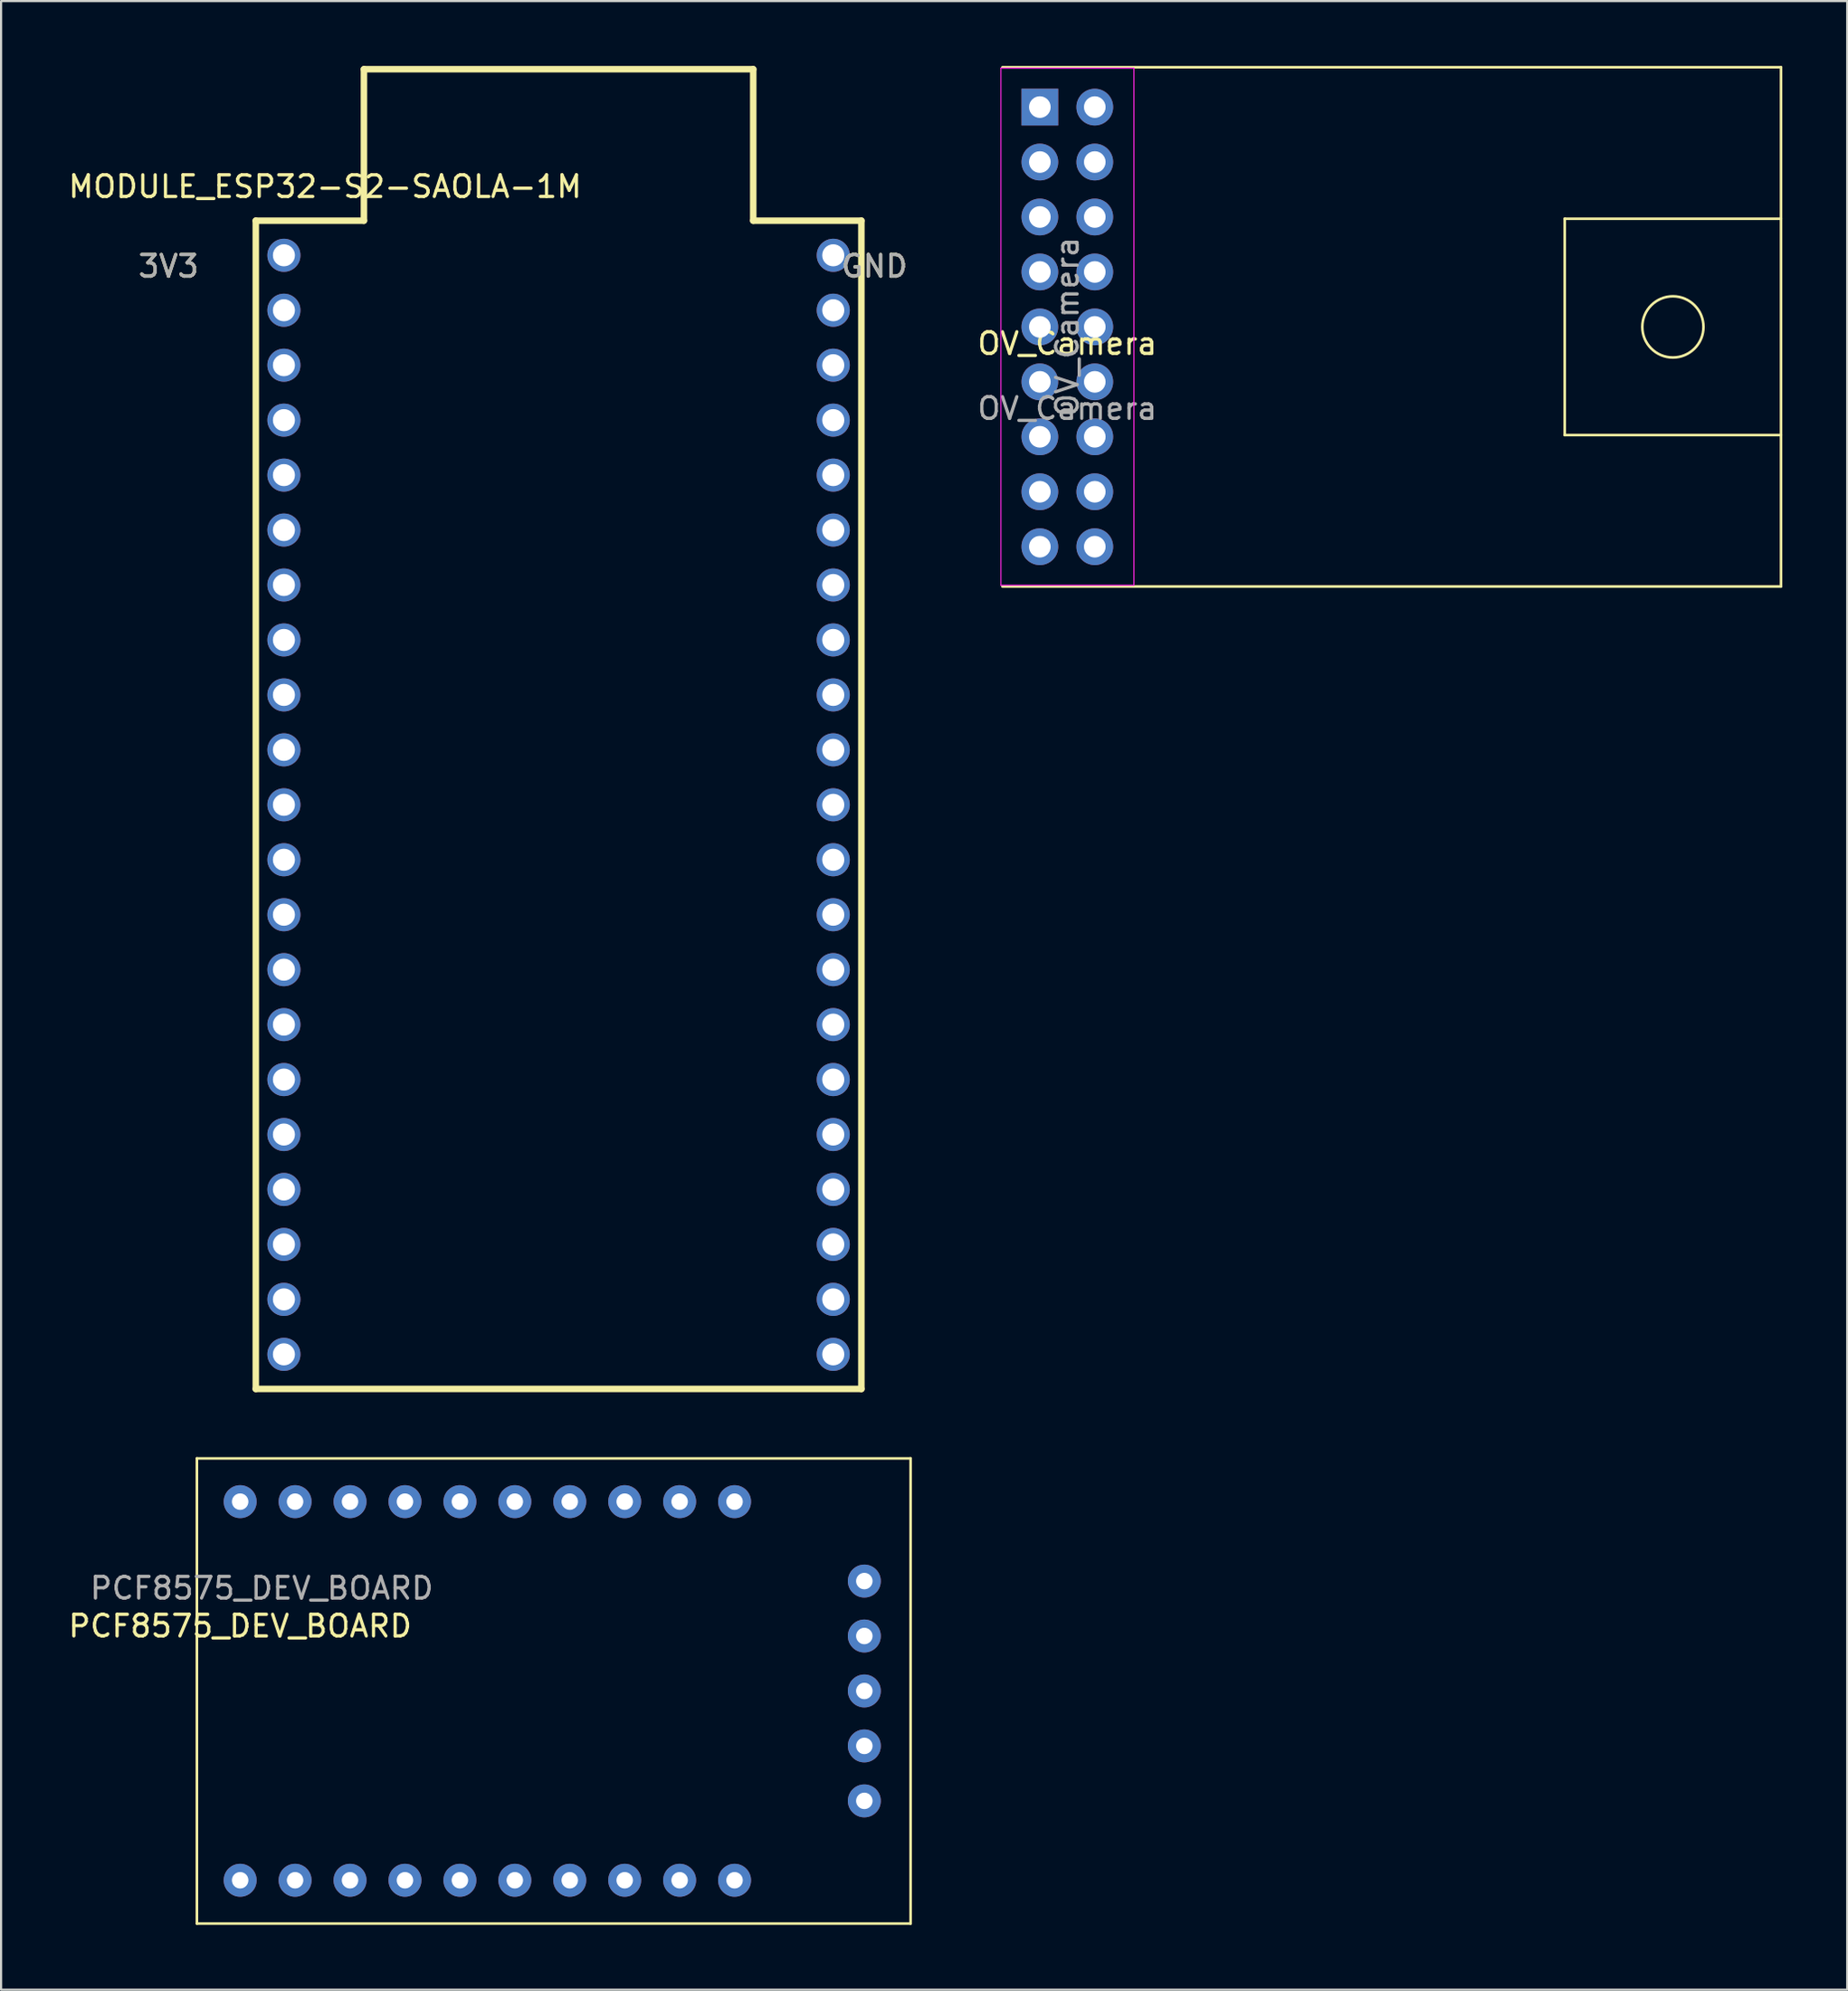
<source format=kicad_pcb>
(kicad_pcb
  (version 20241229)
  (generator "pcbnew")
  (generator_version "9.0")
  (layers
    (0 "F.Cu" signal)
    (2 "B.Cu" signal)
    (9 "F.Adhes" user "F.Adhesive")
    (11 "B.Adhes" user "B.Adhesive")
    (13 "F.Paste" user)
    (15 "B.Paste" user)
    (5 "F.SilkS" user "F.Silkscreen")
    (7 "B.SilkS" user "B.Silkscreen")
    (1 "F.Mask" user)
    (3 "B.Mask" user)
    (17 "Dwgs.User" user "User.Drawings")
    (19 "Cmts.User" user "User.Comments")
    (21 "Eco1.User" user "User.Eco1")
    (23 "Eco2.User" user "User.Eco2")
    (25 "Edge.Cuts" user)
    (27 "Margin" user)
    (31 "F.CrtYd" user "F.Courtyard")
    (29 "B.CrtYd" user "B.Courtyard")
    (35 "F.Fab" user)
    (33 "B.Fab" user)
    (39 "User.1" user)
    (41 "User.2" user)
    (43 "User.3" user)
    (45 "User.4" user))
  (footprint "PCF8575_DEV_BOARD"
    (layer "F.Cu")
    (at 8.054 75.11)
    (property "Reference" "PCF8575_DEV_BOARD" (at 0 -3 0) (unlocked yes) (layer "F.SilkS") (effects (font (size 1 1) (thickness 0.15))))
    (attr through_hole)
    (fp_line (start -2 -10.75) (end -2 10.75) (stroke (width 0.12) (type solid)) (layer "F.SilkS"))
    (fp_line (start -2 10.75) (end 31 10.75) (stroke (width 0.12) (type solid)) (layer "F.SilkS"))
    (fp_line (start 31 -10.75) (end -2 -10.75) (stroke (width 0.12) (type solid)) (layer "F.SilkS"))
    (fp_line (start 31 10.75) (end 31 -10.75) (stroke (width 0.12) (type solid)) (layer "F.SilkS"))
    (fp_text user "${REFERENCE}" (at 1 -4.75 0) (unlocked yes) (layer "F.Fab") (effects (font (size 1 1) (thickness 0.15))))
    (pad "1" thru_hole circle (at 0 8.75) (size 1.524 1.524) (drill 0.762) (layers "*.Cu" "*.Mask"))
    (pad "2" thru_hole circle (at 2.54 8.75) (size 1.524 1.524) (drill 0.762) (layers "*.Cu" "*.Mask"))
    (pad "3" thru_hole circle (at 5.08 8.75) (size 1.524 1.524) (drill 0.762) (layers "*.Cu" "*.Mask"))
    (pad "4" thru_hole circle (at 7.62 8.75) (size 1.524 1.524) (drill 0.762) (layers "*.Cu" "*.Mask"))
    (pad "5" thru_hole circle (at 10.16 8.75) (size 1.524 1.524) (drill 0.762) (layers "*.Cu" "*.Mask"))
    (pad "6" thru_hole circle (at 12.7 8.75) (size 1.524 1.524) (drill 0.762) (layers "*.Cu" "*.Mask"))
    (pad "7" thru_hole circle (at 15.24 8.75) (size 1.524 1.524) (drill 0.762) (layers "*.Cu" "*.Mask"))
    (pad "8" thru_hole circle (at 17.78 8.75) (size 1.524 1.524) (drill 0.762) (layers "*.Cu" "*.Mask"))
    (pad "9" thru_hole circle (at 20.32 8.75) (size 1.524 1.524) (drill 0.762) (layers "*.Cu" "*.Mask"))
    (pad "10" thru_hole circle (at 22.86 8.75) (size 1.524 1.524) (drill 0.762) (layers "*.Cu" "*.Mask"))
    (pad "11" thru_hole circle (at 28.86 5.08) (size 1.524 1.524) (drill 0.762) (layers "*.Cu" "*.Mask"))
    (pad "12" thru_hole circle (at 28.86 2.54) (size 1.524 1.524) (drill 0.762) (layers "*.Cu" "*.Mask"))
    (pad "13" thru_hole circle (at 28.86 0) (size 1.524 1.524) (drill 0.762) (layers "*.Cu" "*.Mask"))
    (pad "14" thru_hole circle (at 28.86 -2.54) (size 1.524 1.524) (drill 0.762) (layers "*.Cu" "*.Mask"))
    (pad "15" thru_hole circle (at 28.86 -5.08) (size 1.524 1.524) (drill 0.762) (layers "*.Cu" "*.Mask"))
    (pad "16" thru_hole circle (at 22.86 -8.75) (size 1.524 1.524) (drill 0.762) (layers "*.Cu" "*.Mask"))
    (pad "17" thru_hole circle (at 20.32 -8.75) (size 1.524 1.524) (drill 0.762) (layers "*.Cu" "*.Mask"))
    (pad "18" thru_hole circle (at 17.78 -8.75) (size 1.524 1.524) (drill 0.762) (layers "*.Cu" "*.Mask"))
    (pad "19" thru_hole circle (at 15.24 -8.75) (size 1.524 1.524) (drill 0.762) (layers "*.Cu" "*.Mask"))
    (pad "20" thru_hole circle (at 12.7 -8.75) (size 1.524 1.524) (drill 0.762) (layers "*.Cu" "*.Mask"))
    (pad "21" thru_hole circle (at 10.16 -8.75) (size 1.524 1.524) (drill 0.762) (layers "*.Cu" "*.Mask"))
    (pad "22" thru_hole circle (at 7.62 -8.75) (size 1.524 1.524) (drill 0.762) (layers "*.Cu" "*.Mask"))
    (pad "23" thru_hole circle (at 5.08 -8.75) (size 1.524 1.524) (drill 0.762) (layers "*.Cu" "*.Mask"))
    (pad "24" thru_hole circle (at 2.54 -8.75) (size 1.524 1.524) (drill 0.762) (layers "*.Cu" "*.Mask"))
    (pad "25" thru_hole circle (at 0 -8.75) (size 1.524 1.524) (drill 0.762) (layers "*.Cu" "*.Mask")))
  (footprint "OV_Camera"
    (layer "F.Cu")
    (at 46.299 12.06)
    (property "Reference" "OV_Camera" (at 0 0.77 0) (unlocked yes) (layer "F.SilkS") (effects (font (size 1 1) (thickness 0.15))))
    (attr through_hole)
    (fp_line (start -3 -12) (end 33 -12) (stroke (width 0.12) (type solid)) (layer "F.SilkS"))
    (fp_line (start -3 12) (end 33 12) (stroke (width 0.12) (type solid)) (layer "F.SilkS"))
    (fp_line (start 23 -5) (end 23 5) (stroke (width 0.12) (type solid)) (layer "F.SilkS"))
    (fp_line (start 23 5) (end 33 5) (stroke (width 0.12) (type solid)) (layer "F.SilkS"))
    (fp_line (start 33 -5) (end 23 -5) (stroke (width 0.12) (type solid)) (layer "F.SilkS"))
    (fp_line (start 33 12) (end 33 -12) (stroke (width 0.12) (type solid)) (layer "F.SilkS"))
    (fp_circle (center 28 0) (end 29 -1) (stroke (width 0.12) (type solid)) (fill no) (layer "F.SilkS"))
    (fp_line (start -3.07 -11.96) (end -3.07 11.94) (stroke (width 0.05) (type solid)) (layer "F.CrtYd"))
    (fp_line (start -3.07 11.94) (end 3.08 11.94) (stroke (width 0.05) (type solid)) (layer "F.CrtYd"))
    (fp_line (start 3.08 -11.96) (end -3.07 -11.96) (stroke (width 0.05) (type solid)) (layer "F.CrtYd"))
    (fp_line (start 3.08 11.94) (end 3.08 -11.96) (stroke (width 0.05) (type solid)) (layer "F.CrtYd"))
    (fp_text user "${REFERENCE}" (at 0 0 90) (layer "F.Fab") (effects (font (size 1 1) (thickness 0.15))))
    (fp_text user "${REFERENCE}" (at 0 3.77 0) (unlocked yes) (layer "F.Fab") (effects (font (size 1 1) (thickness 0.15))))
    (pad "1" thru_hole rect (at -1.27 -10.16) (size 1.7 1.7) (drill 1) (layers "*.Cu" "*.Mask"))
    (pad "2" thru_hole oval (at 1.27 -10.16) (size 1.7 1.7) (drill 1) (layers "*.Cu" "*.Mask"))
    (pad "3" thru_hole oval (at -1.27 -7.62) (size 1.7 1.7) (drill 1) (layers "*.Cu" "*.Mask"))
    (pad "4" thru_hole oval (at 1.27 -7.62) (size 1.7 1.7) (drill 1) (layers "*.Cu" "*.Mask"))
    (pad "5" thru_hole oval (at -1.27 -5.08) (size 1.7 1.7) (drill 1) (layers "*.Cu" "*.Mask"))
    (pad "6" thru_hole oval (at 1.27 -5.08) (size 1.7 1.7) (drill 1) (layers "*.Cu" "*.Mask"))
    (pad "7" thru_hole oval (at -1.27 -2.54) (size 1.7 1.7) (drill 1) (layers "*.Cu" "*.Mask"))
    (pad "8" thru_hole oval (at 1.27 -2.54) (size 1.7 1.7) (drill 1) (layers "*.Cu" "*.Mask"))
    (pad "9" thru_hole oval (at -1.27 0) (size 1.7 1.7) (drill 1) (layers "*.Cu" "*.Mask"))
    (pad "10" thru_hole oval (at 1.27 0) (size 1.7 1.7) (drill 1) (layers "*.Cu" "*.Mask"))
    (pad "11" thru_hole oval (at -1.27 2.54) (size 1.7 1.7) (drill 1) (layers "*.Cu" "*.Mask"))
    (pad "12" thru_hole oval (at 1.27 2.54) (size 1.7 1.7) (drill 1) (layers "*.Cu" "*.Mask"))
    (pad "13" thru_hole oval (at -1.27 5.08) (size 1.7 1.7) (drill 1) (layers "*.Cu" "*.Mask"))
    (pad "14" thru_hole oval (at 1.27 5.08) (size 1.7 1.7) (drill 1) (layers "*.Cu" "*.Mask"))
    (pad "15" thru_hole oval (at -1.27 7.62) (size 1.7 1.7) (drill 1) (layers "*.Cu" "*.Mask"))
    (pad "16" thru_hole oval (at 1.27 7.62) (size 1.7 1.7) (drill 1) (layers "*.Cu" "*.Mask"))
    (pad "17" thru_hole oval (at -1.27 10.16) (size 1.7 1.7) (drill 1) (layers "*.Cu" "*.Mask"))
    (pad "18" thru_hole oval (at 1.27 10.16) (size 1.7 1.7) (drill 1) (layers "*.Cu" "*.Mask")))
  (footprint "MODULE_ESP32-S2-SAOLA-1M"
    (layer "F.Cu")
    (at 22.777 34.15)
    (property "Reference" "MODULE_ESP32-S2-SAOLA-1M" (at -10.795 -28.575 0) (layer "F.SilkS") (effects (font (size 1 1) (thickness 0.15))))
    (attr through_hole)
    (fp_line (start -14 -27) (end -9 -27) (stroke (width 0.3) (type solid)) (layer "F.SilkS"))
    (fp_line (start -14 27) (end -14 -27) (stroke (width 0.3) (type solid)) (layer "F.SilkS"))
    (fp_line (start -9 -27) (end -9 -34) (stroke (width 0.3) (type solid)) (layer "F.SilkS"))
    (fp_line (start 9 -34) (end -9 -34) (stroke (width 0.3) (type solid)) (layer "F.SilkS"))
    (fp_line (start 9 -27) (end 9 -34) (stroke (width 0.3) (type solid)) (layer "F.SilkS"))
    (fp_line (start 14 -27) (end 9 -27) (stroke (width 0.3) (type solid)) (layer "F.SilkS"))
    (fp_line (start 14 -27) (end 14 27) (stroke (width 0.3) (type solid)) (layer "F.SilkS"))
    (fp_line (start 14 27) (end -14 27) (stroke (width 0.3) (type solid)) (layer "F.SilkS"))
    (fp_text user "3V3" (at -18.034 -24.892 0) (layer "F.SilkS") (effects (font (size 1 1) (thickness 0.15))))
    (fp_text user "GND" (at 14.605 -24.892 0) (layer "F.SilkS") (effects (font (size 1 1) (thickness 0.15))))
    (fp_text user "GND" (at 14.605 -24.892 0) (layer "F.Fab") (effects (font (size 1 1) (thickness 0.15))))
    (fp_text user "3V3" (at -18.034 -24.892 0) (layer "F.Fab") (effects (font (size 1 1) (thickness 0.15))))
    (pad "0" thru_hole circle (at -12.7 -22.86) (size 1.53 1.53) (drill 1.02) (layers "*.Cu" "*.Mask"))
    (pad "1" thru_hole circle (at -12.7 -20.32) (size 1.53 1.53) (drill 1.02) (layers "*.Cu" "*.Mask"))
    (pad "2" thru_hole circle (at -12.7 -17.78) (size 1.53 1.53) (drill 1.02) (layers "*.Cu" "*.Mask"))
    (pad "3" thru_hole circle (at -12.7 -15.24) (size 1.53 1.53) (drill 1.02) (layers "*.Cu" "*.Mask"))
    (pad "3V3" thru_hole circle (at -12.7 -25.4) (size 1.53 1.53) (drill 1.02) (layers "*.Cu" "*.Mask"))
    (pad "4" thru_hole circle (at -12.7 -12.7) (size 1.53 1.53) (drill 1.02) (layers "*.Cu" "*.Mask"))
    (pad "5" thru_hole circle (at -12.7 -10.16) (size 1.53 1.53) (drill 1.02) (layers "*.Cu" "*.Mask"))
    (pad "5V" thru_hole circle (at -12.7 22.86) (size 1.53 1.53) (drill 1.02) (layers "*.Cu" "*.Mask"))
    (pad "6" thru_hole circle (at -12.7 -7.62) (size 1.53 1.53) (drill 1.02) (layers "*.Cu" "*.Mask"))
    (pad "7" thru_hole circle (at -12.7 -5.08) (size 1.53 1.53) (drill 1.02) (layers "*.Cu" "*.Mask"))
    (pad "8" thru_hole circle (at -12.7 -2.54) (size 1.53 1.53) (drill 1.02) (layers "*.Cu" "*.Mask"))
    (pad "9" thru_hole circle (at -12.7 0) (size 1.53 1.53) (drill 1.02) (layers "*.Cu" "*.Mask"))
    (pad "10" thru_hole circle (at -12.7 2.54) (size 1.53 1.53) (drill 1.02) (layers "*.Cu" "*.Mask"))
    (pad "11" thru_hole circle (at -12.7 5.08) (size 1.53 1.53) (drill 1.02) (layers "*.Cu" "*.Mask"))
    (pad "12" thru_hole circle (at -12.7 7.62) (size 1.53 1.53) (drill 1.02) (layers "*.Cu" "*.Mask"))
    (pad "13" thru_hole circle (at -12.7 10.16) (size 1.53 1.53) (drill 1.02) (layers "*.Cu" "*.Mask"))
    (pad "14" thru_hole circle (at -12.7 12.7) (size 1.53 1.53) (drill 1.02) (layers "*.Cu" "*.Mask"))
    (pad "15" thru_hole circle (at -12.7 15.24) (size 1.53 1.53) (drill 1.02) (layers "*.Cu" "*.Mask"))
    (pad "16" thru_hole circle (at -12.7 17.78) (size 1.53 1.53) (drill 1.02) (layers "*.Cu" "*.Mask"))
    (pad "17" thru_hole circle (at -12.7 20.32) (size 1.53 1.53) (drill 1.02) (layers "*.Cu" "*.Mask"))
    (pad "18" thru_hole circle (at 12.7 25.4) (size 1.53 1.53) (drill 1.02) (layers "*.Cu" "*.Mask"))
    (pad "19" thru_hole circle (at 12.7 22.86) (size 1.53 1.53) (drill 1.02) (layers "*.Cu" "*.Mask"))
    (pad "20" thru_hole circle (at 12.7 20.32) (size 1.53 1.53) (drill 1.02) (layers "*.Cu" "*.Mask"))
    (pad "21" thru_hole circle (at 12.7 17.78) (size 1.53 1.53) (drill 1.02) (layers "*.Cu" "*.Mask"))
    (pad "26" thru_hole circle (at 12.7 15.24) (size 1.53 1.53) (drill 1.02) (layers "*.Cu" "*.Mask"))
    (pad "33" thru_hole circle (at 12.7 12.7) (size 1.53 1.53) (drill 1.02) (layers "*.Cu" "*.Mask"))
    (pad "34" thru_hole circle (at 12.7 10.16) (size 1.53 1.53) (drill 1.02) (layers "*.Cu" "*.Mask"))
    (pad "35" thru_hole circle (at 12.7 7.62) (size 1.53 1.53) (drill 1.02) (layers "*.Cu" "*.Mask"))
    (pad "36" thru_hole circle (at 12.7 5.08) (size 1.53 1.53) (drill 1.02) (layers "*.Cu" "*.Mask"))
    (pad "37" thru_hole circle (at 12.7 2.54) (size 1.53 1.53) (drill 1.02) (layers "*.Cu" "*.Mask"))
    (pad "38" thru_hole circle (at 12.7 0) (size 1.53 1.53) (drill 1.02) (layers "*.Cu" "*.Mask"))
    (pad "39" thru_hole circle (at 12.7 -2.54) (size 1.53 1.53) (drill 1.02) (layers "*.Cu" "*.Mask"))
    (pad "40" thru_hole circle (at 12.7 -5.08) (size 1.53 1.53) (drill 1.02) (layers "*.Cu" "*.Mask"))
    (pad "41" thru_hole circle (at 12.7 -7.62) (size 1.53 1.53) (drill 1.02) (layers "*.Cu" "*.Mask"))
    (pad "42" thru_hole circle (at 12.7 -10.16) (size 1.53 1.53) (drill 1.02) (layers "*.Cu" "*.Mask"))
    (pad "45" thru_hole circle (at 12.7 -17.78) (size 1.53 1.53) (drill 1.02) (layers "*.Cu" "*.Mask"))
    (pad "46" thru_hole circle (at 12.7 -20.32) (size 1.53 1.53) (drill 1.02) (layers "*.Cu" "*.Mask"))
    (pad "GND_1" thru_hole circle (at -12.7 25.4) (size 1.53 1.53) (drill 1.02) (layers "*.Cu" "*.Mask"))
    (pad "GND_2" thru_hole circle (at 12.7 -25.4) (size 1.53 1.53) (drill 1.02) (layers "*.Cu" "*.Mask"))
    (pad "RST" thru_hole circle (at 12.7 -22.86) (size 1.53 1.53) (drill 1.02) (layers "*.Cu" "*.Mask"))
    (pad "RX" thru_hole circle (at 12.7 -15.24) (size 1.53 1.53) (drill 1.02) (layers "*.Cu" "*.Mask"))
    (pad "TX" thru_hole circle (at 12.7 -12.7) (size 1.53 1.53) (drill 1.02) (layers "*.Cu" "*.Mask")))
  (gr_rect
    (start -3 -3)
    (end 82.359 88.92)
    (stroke (width 0.1) (type default))
    (fill no)
    (layer "Edge.Cuts")))
</source>
